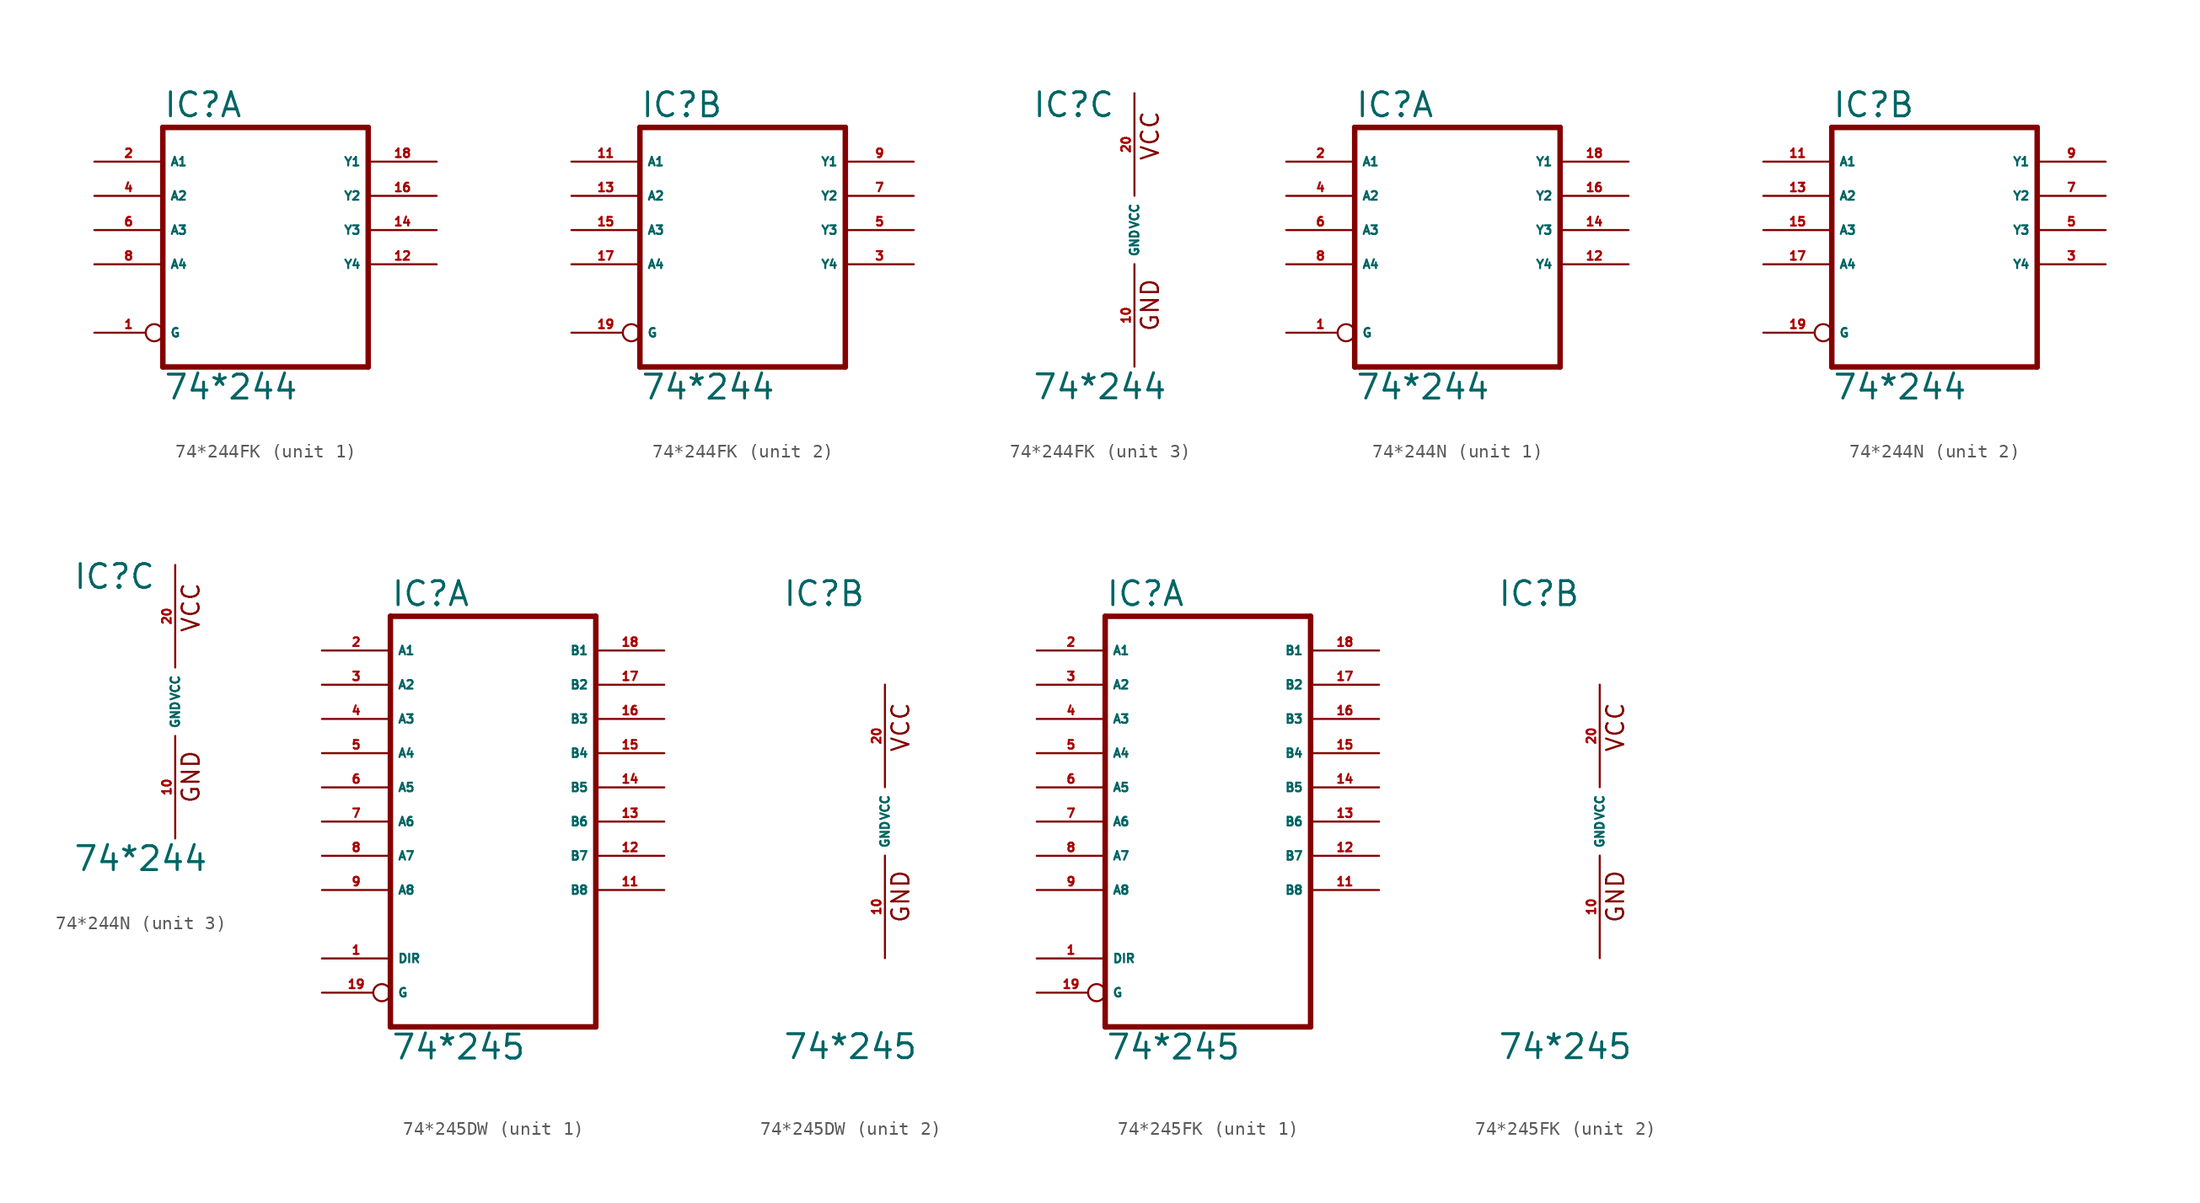
<source format=kicad_sym>
(kicad_symbol_lib
  (version 20220914)
  (generator Eagle2Kicad)
  (symbol "74*244FK"
    (property "Reference" "IC"
      (at -7.62 8.255 0)
      (effects (font (size 1.778 1.778) (thickness 0.22)) (justify left bottom)))
    (property "Value" "74*244"
      (at -7.62 -12.7 0)
      (effects (font (size 1.778 1.778) (thickness 0.22)) (justify left bottom)))
    (symbol "74*244FK_1_0"
      (polyline (pts (xy -7.62 -10.16) (xy 7.62 -10.16)) (stroke (width 0.406) (type default)) (fill (type none)))
      (polyline (pts (xy 7.62 -10.16) (xy 7.62 7.62)) (stroke (width 0.406) (type default)) (fill (type none)))
      (polyline (pts (xy 7.62 7.62) (xy -7.62 7.62)) (stroke (width 0.406) (type default)) (fill (type none)))
      (polyline (pts (xy -7.62 7.62) (xy -7.62 -10.16)) (stroke (width 0.406) (type default)) (fill (type none)))
      (pin input inverted (at -12.7 -7.62 0) (length 5.08) (name "G" (effects (font (size 0.635 0.635) (thickness 0.08)) (justify left bottom))) (number "1" (effects (font (size 0.635 0.635) (thickness 0.08)) (justify left bottom))))
      (pin input line (at -12.7 5.08 0) (length 5.08) (name "A1" (effects (font (size 0.635 0.635) (thickness 0.08)) (justify left bottom))) (number "2" (effects (font (size 0.635 0.635) (thickness 0.08)) (justify left bottom))))
      (pin input line (at -12.7 2.54 0) (length 5.08) (name "A2" (effects (font (size 0.635 0.635) (thickness 0.08)) (justify left bottom))) (number "4" (effects (font (size 0.635 0.635) (thickness 0.08)) (justify left bottom))))
      (pin input line (at -12.7 0 0) (length 5.08) (name "A3" (effects (font (size 0.635 0.635) (thickness 0.08)) (justify left bottom))) (number "6" (effects (font (size 0.635 0.635) (thickness 0.08)) (justify left bottom))))
      (pin input line (at -12.7 -2.54 0) (length 5.08) (name "A4" (effects (font (size 0.635 0.635) (thickness 0.08)) (justify left bottom))) (number "8" (effects (font (size 0.635 0.635) (thickness 0.08)) (justify left bottom))))
      (pin tri_state line (at 12.7 -2.54 180) (length 5.08) (name "Y4" (effects (font (size 0.635 0.635) (thickness 0.08)) (justify left bottom))) (number "12" (effects (font (size 0.635 0.635) (thickness 0.08)) (justify left bottom))))
      (pin tri_state line (at 12.7 0 180) (length 5.08) (name "Y3" (effects (font (size 0.635 0.635) (thickness 0.08)) (justify left bottom))) (number "14" (effects (font (size 0.635 0.635) (thickness 0.08)) (justify left bottom))))
      (pin tri_state line (at 12.7 2.54 180) (length 5.08) (name "Y2" (effects (font (size 0.635 0.635) (thickness 0.08)) (justify left bottom))) (number "16" (effects (font (size 0.635 0.635) (thickness 0.08)) (justify left bottom))))
      (pin tri_state line (at 12.7 5.08 180) (length 5.08) (name "Y1" (effects (font (size 0.635 0.635) (thickness 0.08)) (justify left bottom))) (number "18" (effects (font (size 0.635 0.635) (thickness 0.08)) (justify left bottom)))))
    (symbol "74*244FK_2_0"
      (polyline (pts (xy -7.62 -10.16) (xy 7.62 -10.16)) (stroke (width 0.406) (type default)) (fill (type none)))
      (polyline (pts (xy 7.62 -10.16) (xy 7.62 7.62)) (stroke (width 0.406) (type default)) (fill (type none)))
      (polyline (pts (xy 7.62 7.62) (xy -7.62 7.62)) (stroke (width 0.406) (type default)) (fill (type none)))
      (polyline (pts (xy -7.62 7.62) (xy -7.62 -10.16)) (stroke (width 0.406) (type default)) (fill (type none)))
      (pin input inverted (at -12.7 -7.62 0) (length 5.08) (name "G" (effects (font (size 0.635 0.635) (thickness 0.08)) (justify left bottom))) (number "19" (effects (font (size 0.635 0.635) (thickness 0.08)) (justify left bottom))))
      (pin input line (at -12.7 5.08 0) (length 5.08) (name "A1" (effects (font (size 0.635 0.635) (thickness 0.08)) (justify left bottom))) (number "11" (effects (font (size 0.635 0.635) (thickness 0.08)) (justify left bottom))))
      (pin input line (at -12.7 2.54 0) (length 5.08) (name "A2" (effects (font (size 0.635 0.635) (thickness 0.08)) (justify left bottom))) (number "13" (effects (font (size 0.635 0.635) (thickness 0.08)) (justify left bottom))))
      (pin input line (at -12.7 0 0) (length 5.08) (name "A3" (effects (font (size 0.635 0.635) (thickness 0.08)) (justify left bottom))) (number "15" (effects (font (size 0.635 0.635) (thickness 0.08)) (justify left bottom))))
      (pin input line (at -12.7 -2.54 0) (length 5.08) (name "A4" (effects (font (size 0.635 0.635) (thickness 0.08)) (justify left bottom))) (number "17" (effects (font (size 0.635 0.635) (thickness 0.08)) (justify left bottom))))
      (pin tri_state line (at 12.7 -2.54 180) (length 5.08) (name "Y4" (effects (font (size 0.635 0.635) (thickness 0.08)) (justify left bottom))) (number "3" (effects (font (size 0.635 0.635) (thickness 0.08)) (justify left bottom))))
      (pin tri_state line (at 12.7 0 180) (length 5.08) (name "Y3" (effects (font (size 0.635 0.635) (thickness 0.08)) (justify left bottom))) (number "5" (effects (font (size 0.635 0.635) (thickness 0.08)) (justify left bottom))))
      (pin tri_state line (at 12.7 2.54 180) (length 5.08) (name "Y2" (effects (font (size 0.635 0.635) (thickness 0.08)) (justify left bottom))) (number "7" (effects (font (size 0.635 0.635) (thickness 0.08)) (justify left bottom))))
      (pin tri_state line (at 12.7 5.08 180) (length 5.08) (name "Y1" (effects (font (size 0.635 0.635) (thickness 0.08)) (justify left bottom))) (number "9" (effects (font (size 0.635 0.635) (thickness 0.08)) (justify left bottom)))))
    (symbol "74*244FK_3_0"
      (text "GND" (at 1.905 -7.62 900) (effects (font (size 1.27 1.27) (thickness 0.16)) (justify left bottom)))
      (text "VCC" (at 1.905 5.08 900) (effects (font (size 1.27 1.27) (thickness 0.16)) (justify left bottom)))
      (pin unspecified line (at 0 -10.16 90) (length 7.62) (name "GND" (effects (font (size 0.635 0.635) (thickness 0.08)) (justify left bottom))) (number "10" (effects (font (size 0.635 0.635) (thickness 0.08)) (justify left bottom))))
      (pin unspecified line (at 0 10.16 270) (length 7.62) (name "VCC" (effects (font (size 0.635 0.635) (thickness 0.08)) (justify left bottom))) (number "20" (effects (font (size 0.635 0.635) (thickness 0.08)) (justify left bottom))))))
  (symbol "74*244N"
    (property "Reference" "IC"
      (at -7.62 8.255 0)
      (effects (font (size 1.778 1.778) (thickness 0.22)) (justify left bottom)))
    (property "Value" "74*244"
      (at -7.62 -12.7 0)
      (effects (font (size 1.778 1.778) (thickness 0.22)) (justify left bottom)))
    (symbol "74*244N_1_0"
      (polyline (pts (xy -7.62 -10.16) (xy 7.62 -10.16)) (stroke (width 0.406) (type default)) (fill (type none)))
      (polyline (pts (xy 7.62 -10.16) (xy 7.62 7.62)) (stroke (width 0.406) (type default)) (fill (type none)))
      (polyline (pts (xy 7.62 7.62) (xy -7.62 7.62)) (stroke (width 0.406) (type default)) (fill (type none)))
      (polyline (pts (xy -7.62 7.62) (xy -7.62 -10.16)) (stroke (width 0.406) (type default)) (fill (type none)))
      (pin input inverted (at -12.7 -7.62 0) (length 5.08) (name "G" (effects (font (size 0.635 0.635) (thickness 0.08)) (justify left bottom))) (number "1" (effects (font (size 0.635 0.635) (thickness 0.08)) (justify left bottom))))
      (pin input line (at -12.7 5.08 0) (length 5.08) (name "A1" (effects (font (size 0.635 0.635) (thickness 0.08)) (justify left bottom))) (number "2" (effects (font (size 0.635 0.635) (thickness 0.08)) (justify left bottom))))
      (pin input line (at -12.7 2.54 0) (length 5.08) (name "A2" (effects (font (size 0.635 0.635) (thickness 0.08)) (justify left bottom))) (number "4" (effects (font (size 0.635 0.635) (thickness 0.08)) (justify left bottom))))
      (pin input line (at -12.7 0 0) (length 5.08) (name "A3" (effects (font (size 0.635 0.635) (thickness 0.08)) (justify left bottom))) (number "6" (effects (font (size 0.635 0.635) (thickness 0.08)) (justify left bottom))))
      (pin input line (at -12.7 -2.54 0) (length 5.08) (name "A4" (effects (font (size 0.635 0.635) (thickness 0.08)) (justify left bottom))) (number "8" (effects (font (size 0.635 0.635) (thickness 0.08)) (justify left bottom))))
      (pin tri_state line (at 12.7 -2.54 180) (length 5.08) (name "Y4" (effects (font (size 0.635 0.635) (thickness 0.08)) (justify left bottom))) (number "12" (effects (font (size 0.635 0.635) (thickness 0.08)) (justify left bottom))))
      (pin tri_state line (at 12.7 0 180) (length 5.08) (name "Y3" (effects (font (size 0.635 0.635) (thickness 0.08)) (justify left bottom))) (number "14" (effects (font (size 0.635 0.635) (thickness 0.08)) (justify left bottom))))
      (pin tri_state line (at 12.7 2.54 180) (length 5.08) (name "Y2" (effects (font (size 0.635 0.635) (thickness 0.08)) (justify left bottom))) (number "16" (effects (font (size 0.635 0.635) (thickness 0.08)) (justify left bottom))))
      (pin tri_state line (at 12.7 5.08 180) (length 5.08) (name "Y1" (effects (font (size 0.635 0.635) (thickness 0.08)) (justify left bottom))) (number "18" (effects (font (size 0.635 0.635) (thickness 0.08)) (justify left bottom)))))
    (symbol "74*244N_2_0"
      (polyline (pts (xy -7.62 -10.16) (xy 7.62 -10.16)) (stroke (width 0.406) (type default)) (fill (type none)))
      (polyline (pts (xy 7.62 -10.16) (xy 7.62 7.62)) (stroke (width 0.406) (type default)) (fill (type none)))
      (polyline (pts (xy 7.62 7.62) (xy -7.62 7.62)) (stroke (width 0.406) (type default)) (fill (type none)))
      (polyline (pts (xy -7.62 7.62) (xy -7.62 -10.16)) (stroke (width 0.406) (type default)) (fill (type none)))
      (pin input inverted (at -12.7 -7.62 0) (length 5.08) (name "G" (effects (font (size 0.635 0.635) (thickness 0.08)) (justify left bottom))) (number "19" (effects (font (size 0.635 0.635) (thickness 0.08)) (justify left bottom))))
      (pin input line (at -12.7 5.08 0) (length 5.08) (name "A1" (effects (font (size 0.635 0.635) (thickness 0.08)) (justify left bottom))) (number "11" (effects (font (size 0.635 0.635) (thickness 0.08)) (justify left bottom))))
      (pin input line (at -12.7 2.54 0) (length 5.08) (name "A2" (effects (font (size 0.635 0.635) (thickness 0.08)) (justify left bottom))) (number "13" (effects (font (size 0.635 0.635) (thickness 0.08)) (justify left bottom))))
      (pin input line (at -12.7 0 0) (length 5.08) (name "A3" (effects (font (size 0.635 0.635) (thickness 0.08)) (justify left bottom))) (number "15" (effects (font (size 0.635 0.635) (thickness 0.08)) (justify left bottom))))
      (pin input line (at -12.7 -2.54 0) (length 5.08) (name "A4" (effects (font (size 0.635 0.635) (thickness 0.08)) (justify left bottom))) (number "17" (effects (font (size 0.635 0.635) (thickness 0.08)) (justify left bottom))))
      (pin tri_state line (at 12.7 -2.54 180) (length 5.08) (name "Y4" (effects (font (size 0.635 0.635) (thickness 0.08)) (justify left bottom))) (number "3" (effects (font (size 0.635 0.635) (thickness 0.08)) (justify left bottom))))
      (pin tri_state line (at 12.7 0 180) (length 5.08) (name "Y3" (effects (font (size 0.635 0.635) (thickness 0.08)) (justify left bottom))) (number "5" (effects (font (size 0.635 0.635) (thickness 0.08)) (justify left bottom))))
      (pin tri_state line (at 12.7 2.54 180) (length 5.08) (name "Y2" (effects (font (size 0.635 0.635) (thickness 0.08)) (justify left bottom))) (number "7" (effects (font (size 0.635 0.635) (thickness 0.08)) (justify left bottom))))
      (pin tri_state line (at 12.7 5.08 180) (length 5.08) (name "Y1" (effects (font (size 0.635 0.635) (thickness 0.08)) (justify left bottom))) (number "9" (effects (font (size 0.635 0.635) (thickness 0.08)) (justify left bottom)))))
    (symbol "74*244N_3_0"
      (text "GND" (at 1.905 -7.62 900) (effects (font (size 1.27 1.27) (thickness 0.16)) (justify left bottom)))
      (text "VCC" (at 1.905 5.08 900) (effects (font (size 1.27 1.27) (thickness 0.16)) (justify left bottom)))
      (pin unspecified line (at 0 -10.16 90) (length 7.62) (name "GND" (effects (font (size 0.635 0.635) (thickness 0.08)) (justify left bottom))) (number "10" (effects (font (size 0.635 0.635) (thickness 0.08)) (justify left bottom))))
      (pin unspecified line (at 0 10.16 270) (length 7.62) (name "VCC" (effects (font (size 0.635 0.635) (thickness 0.08)) (justify left bottom))) (number "20" (effects (font (size 0.635 0.635) (thickness 0.08)) (justify left bottom))))))
  (symbol "74*245DW"
    (property "Reference" "IC"
      (at -7.62 15.875 0)
      (effects (font (size 1.778 1.778) (thickness 0.22)) (justify left bottom)))
    (property "Value" "74*245"
      (at -7.62 -17.78 0)
      (effects (font (size 1.778 1.778) (thickness 0.22)) (justify left bottom)))
    (symbol "74*245DW_1_0"
      (polyline (pts (xy -7.62 -15.24) (xy 7.62 -15.24)) (stroke (width 0.406) (type default)) (fill (type none)))
      (polyline (pts (xy 7.62 -15.24) (xy 7.62 15.24)) (stroke (width 0.406) (type default)) (fill (type none)))
      (polyline (pts (xy 7.62 15.24) (xy -7.62 15.24)) (stroke (width 0.406) (type default)) (fill (type none)))
      (polyline (pts (xy -7.62 15.24) (xy -7.62 -15.24)) (stroke (width 0.406) (type default)) (fill (type none)))
      (pin input line (at -12.7 -10.16 0) (length 5.08) (name "DIR" (effects (font (size 0.635 0.635) (thickness 0.08)) (justify left bottom))) (number "1" (effects (font (size 0.635 0.635) (thickness 0.08)) (justify left bottom))))
      (pin bidirectional line (at -12.7 12.7 0) (length 5.08) (name "A1" (effects (font (size 0.635 0.635) (thickness 0.08)) (justify left bottom))) (number "2" (effects (font (size 0.635 0.635) (thickness 0.08)) (justify left bottom))))
      (pin bidirectional line (at -12.7 10.16 0) (length 5.08) (name "A2" (effects (font (size 0.635 0.635) (thickness 0.08)) (justify left bottom))) (number "3" (effects (font (size 0.635 0.635) (thickness 0.08)) (justify left bottom))))
      (pin bidirectional line (at -12.7 7.62 0) (length 5.08) (name "A3" (effects (font (size 0.635 0.635) (thickness 0.08)) (justify left bottom))) (number "4" (effects (font (size 0.635 0.635) (thickness 0.08)) (justify left bottom))))
      (pin bidirectional line (at -12.7 5.08 0) (length 5.08) (name "A4" (effects (font (size 0.635 0.635) (thickness 0.08)) (justify left bottom))) (number "5" (effects (font (size 0.635 0.635) (thickness 0.08)) (justify left bottom))))
      (pin bidirectional line (at -12.7 2.54 0) (length 5.08) (name "A5" (effects (font (size 0.635 0.635) (thickness 0.08)) (justify left bottom))) (number "6" (effects (font (size 0.635 0.635) (thickness 0.08)) (justify left bottom))))
      (pin bidirectional line (at -12.7 0 0) (length 5.08) (name "A6" (effects (font (size 0.635 0.635) (thickness 0.08)) (justify left bottom))) (number "7" (effects (font (size 0.635 0.635) (thickness 0.08)) (justify left bottom))))
      (pin bidirectional line (at -12.7 -2.54 0) (length 5.08) (name "A7" (effects (font (size 0.635 0.635) (thickness 0.08)) (justify left bottom))) (number "8" (effects (font (size 0.635 0.635) (thickness 0.08)) (justify left bottom))))
      (pin bidirectional line (at -12.7 -5.08 0) (length 5.08) (name "A8" (effects (font (size 0.635 0.635) (thickness 0.08)) (justify left bottom))) (number "9" (effects (font (size 0.635 0.635) (thickness 0.08)) (justify left bottom))))
      (pin bidirectional line (at 12.7 -5.08 180) (length 5.08) (name "B8" (effects (font (size 0.635 0.635) (thickness 0.08)) (justify left bottom))) (number "11" (effects (font (size 0.635 0.635) (thickness 0.08)) (justify left bottom))))
      (pin bidirectional line (at 12.7 -2.54 180) (length 5.08) (name "B7" (effects (font (size 0.635 0.635) (thickness 0.08)) (justify left bottom))) (number "12" (effects (font (size 0.635 0.635) (thickness 0.08)) (justify left bottom))))
      (pin bidirectional line (at 12.7 0 180) (length 5.08) (name "B6" (effects (font (size 0.635 0.635) (thickness 0.08)) (justify left bottom))) (number "13" (effects (font (size 0.635 0.635) (thickness 0.08)) (justify left bottom))))
      (pin bidirectional line (at 12.7 2.54 180) (length 5.08) (name "B5" (effects (font (size 0.635 0.635) (thickness 0.08)) (justify left bottom))) (number "14" (effects (font (size 0.635 0.635) (thickness 0.08)) (justify left bottom))))
      (pin bidirectional line (at 12.7 5.08 180) (length 5.08) (name "B4" (effects (font (size 0.635 0.635) (thickness 0.08)) (justify left bottom))) (number "15" (effects (font (size 0.635 0.635) (thickness 0.08)) (justify left bottom))))
      (pin bidirectional line (at 12.7 7.62 180) (length 5.08) (name "B3" (effects (font (size 0.635 0.635) (thickness 0.08)) (justify left bottom))) (number "16" (effects (font (size 0.635 0.635) (thickness 0.08)) (justify left bottom))))
      (pin bidirectional line (at 12.7 10.16 180) (length 5.08) (name "B2" (effects (font (size 0.635 0.635) (thickness 0.08)) (justify left bottom))) (number "17" (effects (font (size 0.635 0.635) (thickness 0.08)) (justify left bottom))))
      (pin bidirectional line (at 12.7 12.7 180) (length 5.08) (name "B1" (effects (font (size 0.635 0.635) (thickness 0.08)) (justify left bottom))) (number "18" (effects (font (size 0.635 0.635) (thickness 0.08)) (justify left bottom))))
      (pin input inverted (at -12.7 -12.7 0) (length 5.08) (name "G" (effects (font (size 0.635 0.635) (thickness 0.08)) (justify left bottom))) (number "19" (effects (font (size 0.635 0.635) (thickness 0.08)) (justify left bottom)))))
    (symbol "74*245DW_2_0"
      (text "GND" (at 1.905 -7.62 900) (effects (font (size 1.27 1.27) (thickness 0.16)) (justify left bottom)))
      (text "VCC" (at 1.905 5.08 900) (effects (font (size 1.27 1.27) (thickness 0.16)) (justify left bottom)))
      (pin unspecified line (at 0 -10.16 90) (length 7.62) (name "GND" (effects (font (size 0.635 0.635) (thickness 0.08)) (justify left bottom))) (number "10" (effects (font (size 0.635 0.635) (thickness 0.08)) (justify left bottom))))
      (pin unspecified line (at 0 10.16 270) (length 7.62) (name "VCC" (effects (font (size 0.635 0.635) (thickness 0.08)) (justify left bottom))) (number "20" (effects (font (size 0.635 0.635) (thickness 0.08)) (justify left bottom))))))
  (symbol "74*245FK"
    (property "Reference" "IC"
      (at -7.62 15.875 0)
      (effects (font (size 1.778 1.778) (thickness 0.22)) (justify left bottom)))
    (property "Value" "74*245"
      (at -7.62 -17.78 0)
      (effects (font (size 1.778 1.778) (thickness 0.22)) (justify left bottom)))
    (symbol "74*245FK_1_0"
      (polyline (pts (xy -7.62 -15.24) (xy 7.62 -15.24)) (stroke (width 0.406) (type default)) (fill (type none)))
      (polyline (pts (xy 7.62 -15.24) (xy 7.62 15.24)) (stroke (width 0.406) (type default)) (fill (type none)))
      (polyline (pts (xy 7.62 15.24) (xy -7.62 15.24)) (stroke (width 0.406) (type default)) (fill (type none)))
      (polyline (pts (xy -7.62 15.24) (xy -7.62 -15.24)) (stroke (width 0.406) (type default)) (fill (type none)))
      (pin input line (at -12.7 -10.16 0) (length 5.08) (name "DIR" (effects (font (size 0.635 0.635) (thickness 0.08)) (justify left bottom))) (number "1" (effects (font (size 0.635 0.635) (thickness 0.08)) (justify left bottom))))
      (pin bidirectional line (at -12.7 12.7 0) (length 5.08) (name "A1" (effects (font (size 0.635 0.635) (thickness 0.08)) (justify left bottom))) (number "2" (effects (font (size 0.635 0.635) (thickness 0.08)) (justify left bottom))))
      (pin bidirectional line (at -12.7 10.16 0) (length 5.08) (name "A2" (effects (font (size 0.635 0.635) (thickness 0.08)) (justify left bottom))) (number "3" (effects (font (size 0.635 0.635) (thickness 0.08)) (justify left bottom))))
      (pin bidirectional line (at -12.7 7.62 0) (length 5.08) (name "A3" (effects (font (size 0.635 0.635) (thickness 0.08)) (justify left bottom))) (number "4" (effects (font (size 0.635 0.635) (thickness 0.08)) (justify left bottom))))
      (pin bidirectional line (at -12.7 5.08 0) (length 5.08) (name "A4" (effects (font (size 0.635 0.635) (thickness 0.08)) (justify left bottom))) (number "5" (effects (font (size 0.635 0.635) (thickness 0.08)) (justify left bottom))))
      (pin bidirectional line (at -12.7 2.54 0) (length 5.08) (name "A5" (effects (font (size 0.635 0.635) (thickness 0.08)) (justify left bottom))) (number "6" (effects (font (size 0.635 0.635) (thickness 0.08)) (justify left bottom))))
      (pin bidirectional line (at -12.7 0 0) (length 5.08) (name "A6" (effects (font (size 0.635 0.635) (thickness 0.08)) (justify left bottom))) (number "7" (effects (font (size 0.635 0.635) (thickness 0.08)) (justify left bottom))))
      (pin bidirectional line (at -12.7 -2.54 0) (length 5.08) (name "A7" (effects (font (size 0.635 0.635) (thickness 0.08)) (justify left bottom))) (number "8" (effects (font (size 0.635 0.635) (thickness 0.08)) (justify left bottom))))
      (pin bidirectional line (at -12.7 -5.08 0) (length 5.08) (name "A8" (effects (font (size 0.635 0.635) (thickness 0.08)) (justify left bottom))) (number "9" (effects (font (size 0.635 0.635) (thickness 0.08)) (justify left bottom))))
      (pin bidirectional line (at 12.7 -5.08 180) (length 5.08) (name "B8" (effects (font (size 0.635 0.635) (thickness 0.08)) (justify left bottom))) (number "11" (effects (font (size 0.635 0.635) (thickness 0.08)) (justify left bottom))))
      (pin bidirectional line (at 12.7 -2.54 180) (length 5.08) (name "B7" (effects (font (size 0.635 0.635) (thickness 0.08)) (justify left bottom))) (number "12" (effects (font (size 0.635 0.635) (thickness 0.08)) (justify left bottom))))
      (pin bidirectional line (at 12.7 0 180) (length 5.08) (name "B6" (effects (font (size 0.635 0.635) (thickness 0.08)) (justify left bottom))) (number "13" (effects (font (size 0.635 0.635) (thickness 0.08)) (justify left bottom))))
      (pin bidirectional line (at 12.7 2.54 180) (length 5.08) (name "B5" (effects (font (size 0.635 0.635) (thickness 0.08)) (justify left bottom))) (number "14" (effects (font (size 0.635 0.635) (thickness 0.08)) (justify left bottom))))
      (pin bidirectional line (at 12.7 5.08 180) (length 5.08) (name "B4" (effects (font (size 0.635 0.635) (thickness 0.08)) (justify left bottom))) (number "15" (effects (font (size 0.635 0.635) (thickness 0.08)) (justify left bottom))))
      (pin bidirectional line (at 12.7 7.62 180) (length 5.08) (name "B3" (effects (font (size 0.635 0.635) (thickness 0.08)) (justify left bottom))) (number "16" (effects (font (size 0.635 0.635) (thickness 0.08)) (justify left bottom))))
      (pin bidirectional line (at 12.7 10.16 180) (length 5.08) (name "B2" (effects (font (size 0.635 0.635) (thickness 0.08)) (justify left bottom))) (number "17" (effects (font (size 0.635 0.635) (thickness 0.08)) (justify left bottom))))
      (pin bidirectional line (at 12.7 12.7 180) (length 5.08) (name "B1" (effects (font (size 0.635 0.635) (thickness 0.08)) (justify left bottom))) (number "18" (effects (font (size 0.635 0.635) (thickness 0.08)) (justify left bottom))))
      (pin input inverted (at -12.7 -12.7 0) (length 5.08) (name "G" (effects (font (size 0.635 0.635) (thickness 0.08)) (justify left bottom))) (number "19" (effects (font (size 0.635 0.635) (thickness 0.08)) (justify left bottom)))))
    (symbol "74*245FK_2_0"
      (text "GND" (at 1.905 -7.62 900) (effects (font (size 1.27 1.27) (thickness 0.16)) (justify left bottom)))
      (text "VCC" (at 1.905 5.08 900) (effects (font (size 1.27 1.27) (thickness 0.16)) (justify left bottom)))
      (pin unspecified line (at 0 -10.16 90) (length 7.62) (name "GND" (effects (font (size 0.635 0.635) (thickness 0.08)) (justify left bottom))) (number "10" (effects (font (size 0.635 0.635) (thickness 0.08)) (justify left bottom))))
      (pin unspecified line (at 0 10.16 270) (length 7.62) (name "VCC" (effects (font (size 0.635 0.635) (thickness 0.08)) (justify left bottom))) (number "20" (effects (font (size 0.635 0.635) (thickness 0.08)) (justify left bottom)))))))
</source>
